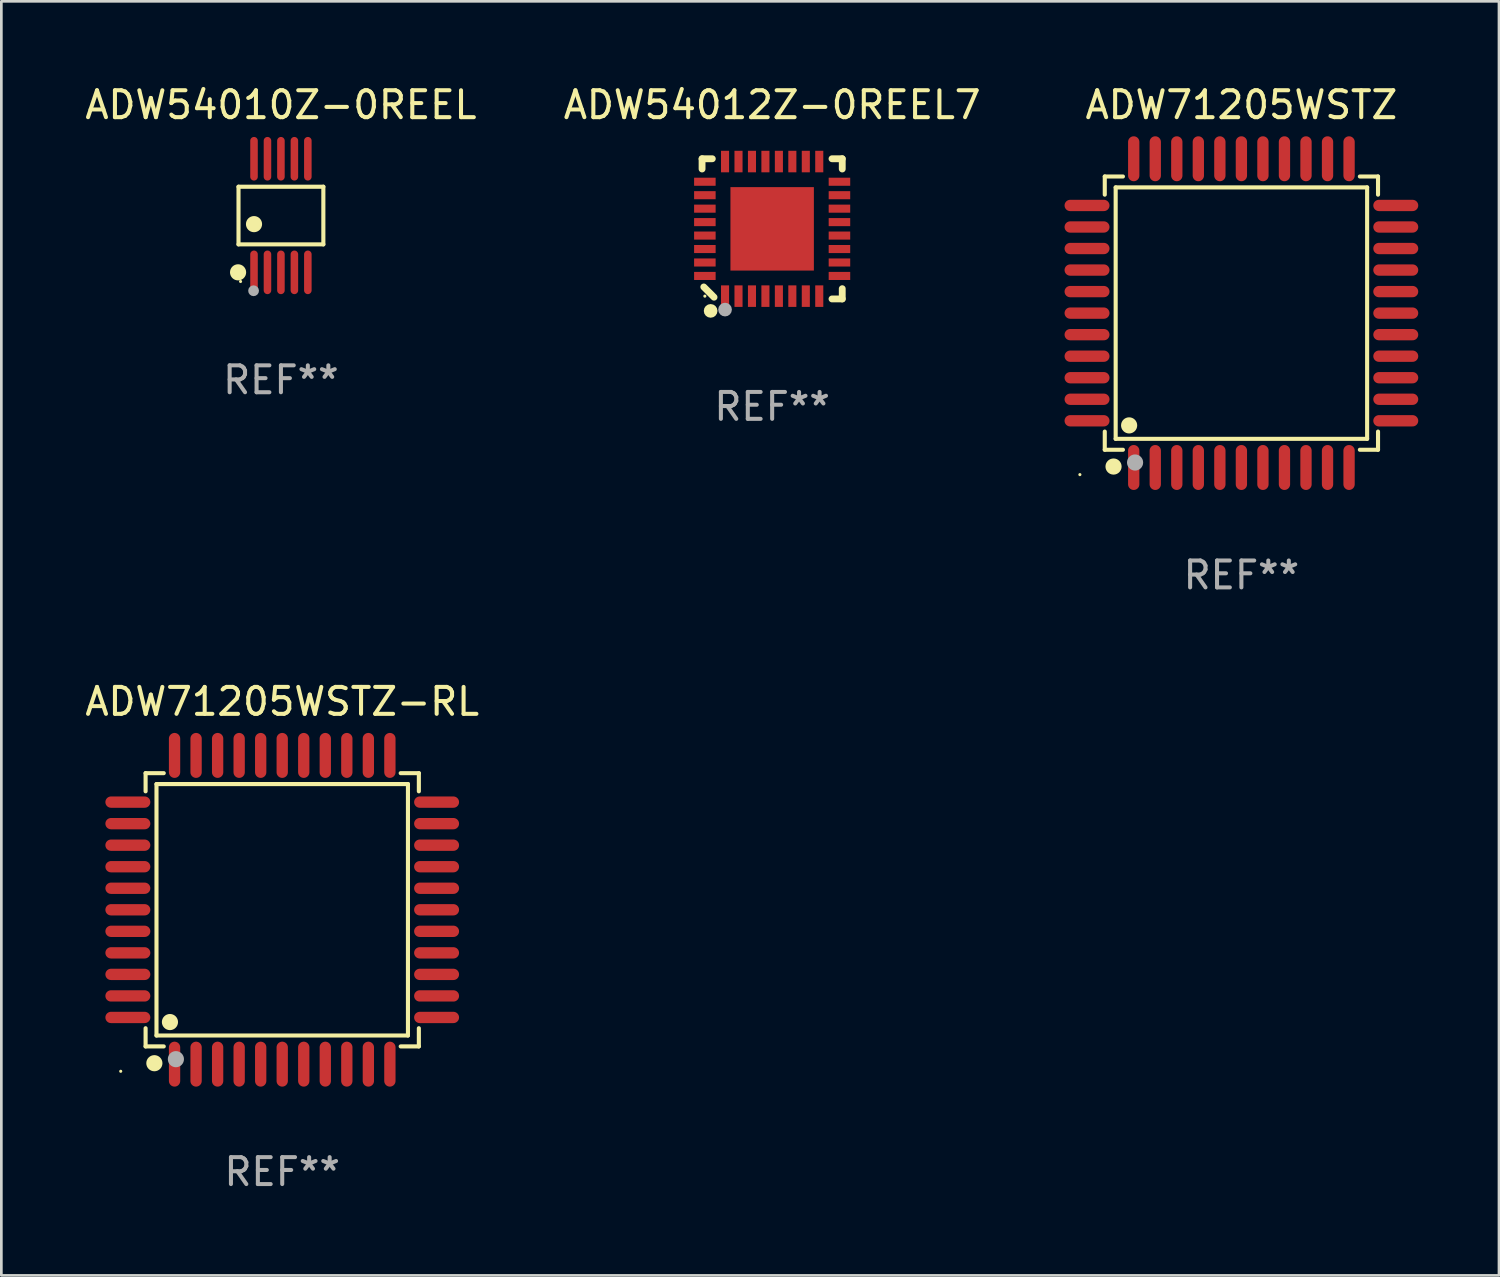
<source format=kicad_pcb>
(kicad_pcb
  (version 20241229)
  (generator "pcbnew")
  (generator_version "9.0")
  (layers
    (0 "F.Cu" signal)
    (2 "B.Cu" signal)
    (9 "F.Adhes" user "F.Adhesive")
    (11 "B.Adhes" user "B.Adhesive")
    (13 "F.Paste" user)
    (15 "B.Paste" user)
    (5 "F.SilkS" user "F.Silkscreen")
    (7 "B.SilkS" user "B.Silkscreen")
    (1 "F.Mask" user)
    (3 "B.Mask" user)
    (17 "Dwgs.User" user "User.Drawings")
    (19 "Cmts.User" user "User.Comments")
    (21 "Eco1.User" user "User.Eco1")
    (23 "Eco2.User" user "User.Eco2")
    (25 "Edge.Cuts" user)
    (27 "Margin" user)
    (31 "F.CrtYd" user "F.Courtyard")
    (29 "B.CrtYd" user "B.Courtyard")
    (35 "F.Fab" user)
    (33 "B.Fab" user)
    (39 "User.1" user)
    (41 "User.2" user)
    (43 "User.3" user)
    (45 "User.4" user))
  (footprint "ADW71205WSTZ-RL"
    (layer "F.Cu")
    (at 7.435 30.75)
    (property "Reference" "ADW71205WSTZ-RL" (at 0 -7.735 0) (layer "F.SilkS") (effects (font (size 1 1) (thickness 0.15))))
    (attr through_hole)
    (fp_line (start -5.076 -5.076) (end -4.401 -5.076) (stroke (width 0.152) (type solid)) (layer "F.SilkS"))
    (fp_line (start -5.076 -4.401) (end -5.076 -5.076) (stroke (width 0.152) (type solid)) (layer "F.SilkS"))
    (fp_line (start -5.076 4.401) (end -5.076 5.076) (stroke (width 0.152) (type solid)) (layer "F.SilkS"))
    (fp_line (start -5.076 5.076) (end -4.401 5.076) (stroke (width 0.152) (type solid)) (layer "F.SilkS"))
    (fp_line (start -4.671 -4.671) (end 4.671 -4.671) (stroke (width 0.152) (type solid)) (layer "F.SilkS"))
    (fp_line (start -4.671 4.671) (end -4.671 -4.671) (stroke (width 0.152) (type solid)) (layer "F.SilkS"))
    (fp_line (start 4.671 -4.671) (end 4.671 4.671) (stroke (width 0.152) (type solid)) (layer "F.SilkS"))
    (fp_line (start 4.671 4.671) (end -4.671 4.671) (stroke (width 0.152) (type solid)) (layer "F.SilkS"))
    (fp_line (start 5.076 -5.076) (end 4.401 -5.076) (stroke (width 0.152) (type solid)) (layer "F.SilkS"))
    (fp_line (start 5.076 -4.401) (end 5.076 -5.076) (stroke (width 0.152) (type solid)) (layer "F.SilkS"))
    (fp_line (start 5.076 4.401) (end 5.076 5.076) (stroke (width 0.152) (type solid)) (layer "F.SilkS"))
    (fp_line (start 5.076 5.076) (end 4.401 5.076) (stroke (width 0.152) (type solid)) (layer "F.SilkS"))
    (fp_circle (center -6 6) (end -5.97 6) (stroke (width 0.06) (type solid)) (fill no) (layer "F.SilkS"))
    (fp_circle (center -4.75 5.7) (end -4.6 5.7) (stroke (width 0.3) (type solid)) (fill no) (layer "F.SilkS"))
    (fp_circle (center -4.171 4.171) (end -4.021 4.171) (stroke (width 0.3) (type solid)) (fill no) (layer "F.SilkS"))
    (fp_circle (center -3.95 5.55) (end -3.8 5.55) (stroke (width 0.3) (type solid)) (fill no) (layer "F.Fab"))
    (fp_text user "REF**" (at 0 9.735 0) (layer "F.Fab") (effects (font (size 1 1) (thickness 0.15))))
    (pad "1" smd oval (at -4 5.735) (size 0.42 1.67) (layers "F.Cu" "F.Mask" "F.Paste"))
    (pad "2" smd oval (at -3.2 5.735) (size 0.42 1.67) (layers "F.Cu" "F.Mask" "F.Paste"))
    (pad "3" smd oval (at -2.4 5.735) (size 0.42 1.67) (layers "F.Cu" "F.Mask" "F.Paste"))
    (pad "4" smd oval (at -1.6 5.735) (size 0.42 1.67) (layers "F.Cu" "F.Mask" "F.Paste"))
    (pad "5" smd oval (at -0.8 5.735) (size 0.42 1.67) (layers "F.Cu" "F.Mask" "F.Paste"))
    (pad "6" smd oval (at 0 5.735) (size 0.42 1.67) (layers "F.Cu" "F.Mask" "F.Paste"))
    (pad "7" smd oval (at 0.8 5.735) (size 0.42 1.67) (layers "F.Cu" "F.Mask" "F.Paste"))
    (pad "8" smd oval (at 1.6 5.735) (size 0.42 1.67) (layers "F.Cu" "F.Mask" "F.Paste"))
    (pad "9" smd oval (at 2.4 5.735) (size 0.42 1.67) (layers "F.Cu" "F.Mask" "F.Paste"))
    (pad "10" smd oval (at 3.2 5.735) (size 0.42 1.67) (layers "F.Cu" "F.Mask" "F.Paste"))
    (pad "11" smd oval (at 4 5.735) (size 0.42 1.67) (layers "F.Cu" "F.Mask" "F.Paste"))
    (pad "12" smd oval (at 5.735 4) (size 1.67 0.42) (layers "F.Cu" "F.Mask" "F.Paste"))
    (pad "13" smd oval (at 5.735 3.2) (size 1.67 0.42) (layers "F.Cu" "F.Mask" "F.Paste"))
    (pad "14" smd oval (at 5.735 2.4) (size 1.67 0.42) (layers "F.Cu" "F.Mask" "F.Paste"))
    (pad "15" smd oval (at 5.735 1.6) (size 1.67 0.42) (layers "F.Cu" "F.Mask" "F.Paste"))
    (pad "16" smd oval (at 5.735 0.8) (size 1.67 0.42) (layers "F.Cu" "F.Mask" "F.Paste"))
    (pad "17" smd oval (at 5.735 0) (size 1.67 0.42) (layers "F.Cu" "F.Mask" "F.Paste"))
    (pad "18" smd oval (at 5.735 -0.8) (size 1.67 0.42) (layers "F.Cu" "F.Mask" "F.Paste"))
    (pad "19" smd oval (at 5.735 -1.6) (size 1.67 0.42) (layers "F.Cu" "F.Mask" "F.Paste"))
    (pad "20" smd oval (at 5.735 -2.4) (size 1.67 0.42) (layers "F.Cu" "F.Mask" "F.Paste"))
    (pad "21" smd oval (at 5.735 -3.2) (size 1.67 0.42) (layers "F.Cu" "F.Mask" "F.Paste"))
    (pad "22" smd oval (at 5.735 -4) (size 1.67 0.42) (layers "F.Cu" "F.Mask" "F.Paste"))
    (pad "23" smd oval (at 4 -5.735) (size 0.42 1.67) (layers "F.Cu" "F.Mask" "F.Paste"))
    (pad "24" smd oval (at 3.2 -5.735) (size 0.42 1.67) (layers "F.Cu" "F.Mask" "F.Paste"))
    (pad "25" smd oval (at 2.4 -5.735) (size 0.42 1.67) (layers "F.Cu" "F.Mask" "F.Paste"))
    (pad "26" smd oval (at 1.6 -5.735) (size 0.42 1.67) (layers "F.Cu" "F.Mask" "F.Paste"))
    (pad "27" smd oval (at 0.8 -5.735) (size 0.42 1.67) (layers "F.Cu" "F.Mask" "F.Paste"))
    (pad "28" smd oval (at 0 -5.735) (size 0.42 1.67) (layers "F.Cu" "F.Mask" "F.Paste"))
    (pad "29" smd oval (at -0.8 -5.735) (size 0.42 1.67) (layers "F.Cu" "F.Mask" "F.Paste"))
    (pad "30" smd oval (at -1.6 -5.735) (size 0.42 1.67) (layers "F.Cu" "F.Mask" "F.Paste"))
    (pad "31" smd oval (at -2.4 -5.735) (size 0.42 1.67) (layers "F.Cu" "F.Mask" "F.Paste"))
    (pad "32" smd oval (at -3.2 -5.735) (size 0.42 1.67) (layers "F.Cu" "F.Mask" "F.Paste"))
    (pad "33" smd oval (at -4 -5.735) (size 0.42 1.67) (layers "F.Cu" "F.Mask" "F.Paste"))
    (pad "34" smd oval (at -5.735 -4) (size 1.67 0.42) (layers "F.Cu" "F.Mask" "F.Paste"))
    (pad "35" smd oval (at -5.735 -3.2) (size 1.67 0.42) (layers "F.Cu" "F.Mask" "F.Paste"))
    (pad "36" smd oval (at -5.735 -2.4) (size 1.67 0.42) (layers "F.Cu" "F.Mask" "F.Paste"))
    (pad "37" smd oval (at -5.735 -1.6) (size 1.67 0.42) (layers "F.Cu" "F.Mask" "F.Paste"))
    (pad "38" smd oval (at -5.735 -0.8) (size 1.67 0.42) (layers "F.Cu" "F.Mask" "F.Paste"))
    (pad "39" smd oval (at -5.735 0) (size 1.67 0.42) (layers "F.Cu" "F.Mask" "F.Paste"))
    (pad "40" smd oval (at -5.735 0.8) (size 1.67 0.42) (layers "F.Cu" "F.Mask" "F.Paste"))
    (pad "41" smd oval (at -5.735 1.6) (size 1.67 0.42) (layers "F.Cu" "F.Mask" "F.Paste"))
    (pad "42" smd oval (at -5.735 2.4) (size 1.67 0.42) (layers "F.Cu" "F.Mask" "F.Paste"))
    (pad "43" smd oval (at -5.735 3.2) (size 1.67 0.42) (layers "F.Cu" "F.Mask" "F.Paste"))
    (pad "44" smd oval (at -5.735 4) (size 1.67 0.42) (layers "F.Cu" "F.Mask" "F.Paste")))
  (footprint "ADW54010Z-0REEL"
    (layer "F.Cu")
    (at 7.387 4.958)
    (property "Reference" "ADW54010Z-0REEL" (at 0 -4.11 0) (layer "F.SilkS") (effects (font (size 1 1) (thickness 0.15))))
    (attr through_hole)
    (fp_line (start -1.576 -1.071) (end 1.576 -1.071) (stroke (width 0.152) (type solid)) (layer "F.SilkS"))
    (fp_line (start -1.576 1.071) (end -1.576 -1.071) (stroke (width 0.152) (type solid)) (layer "F.SilkS"))
    (fp_line (start 1.576 -1.071) (end 1.576 1.071) (stroke (width 0.152) (type solid)) (layer "F.SilkS"))
    (fp_line (start 1.576 1.071) (end -1.576 1.071) (stroke (width 0.152) (type solid)) (layer "F.SilkS"))
    (fp_circle (center -1.592 2.11) (end -1.442 2.11) (stroke (width 0.3) (type solid)) (fill no) (layer "F.SilkS"))
    (fp_circle (center -1.5 2.45) (end -1.47 2.45) (stroke (width 0.06) (type solid)) (fill no) (layer "F.SilkS"))
    (fp_circle (center -1 0.319) (end -0.85 0.319) (stroke (width 0.3) (type solid)) (fill no) (layer "F.SilkS"))
    (fp_circle (center -1.016 2.794) (end -0.916 2.794) (stroke (width 0.2) (type solid)) (fill no) (layer "F.Fab"))
    (fp_text user "REF**" (at 0 6.11 0) (layer "F.Fab") (effects (font (size 1 1) (thickness 0.15))))
    (pad "1" smd oval (at -1 2.11) (size 0.28 1.62) (layers "F.Cu" "F.Mask" "F.Paste"))
    (pad "2" smd oval (at -0.5 2.11) (size 0.28 1.62) (layers "F.Cu" "F.Mask" "F.Paste"))
    (pad "3" smd oval (at 0 2.11) (size 0.28 1.62) (layers "F.Cu" "F.Mask" "F.Paste"))
    (pad "4" smd oval (at 0.5 2.11) (size 0.28 1.62) (layers "F.Cu" "F.Mask" "F.Paste"))
    (pad "5" smd oval (at 1 2.11) (size 0.28 1.62) (layers "F.Cu" "F.Mask" "F.Paste"))
    (pad "6" smd oval (at 1 -2.11) (size 0.28 1.62) (layers "F.Cu" "F.Mask" "F.Paste"))
    (pad "7" smd oval (at 0.5 -2.11) (size 0.28 1.62) (layers "F.Cu" "F.Mask" "F.Paste"))
    (pad "8" smd oval (at 0 -2.11) (size 0.28 1.62) (layers "F.Cu" "F.Mask" "F.Paste"))
    (pad "9" smd oval (at -0.5 -2.11) (size 0.28 1.62) (layers "F.Cu" "F.Mask" "F.Paste"))
    (pad "10" smd oval (at -1 -2.11) (size 0.28 1.62) (layers "F.Cu" "F.Mask" "F.Paste")))
  (footprint "ADW54012Z-0REEL7"
    (layer "F.Cu")
    (at 25.637 5.452)
    (property "Reference" "ADW54012Z-0REEL7" (at 0 -4.604 0) (layer "F.SilkS") (effects (font (size 1 1) (thickness 0.15))))
    (attr through_hole)
    (fp_line (start -2.604 -2.604) (end -2.604 -2.223) (stroke (width 0.254) (type solid)) (layer "F.SilkS"))
    (fp_line (start -2.54 2.159) (end -2.159 2.54) (stroke (width 0.254) (type solid)) (layer "F.SilkS"))
    (fp_line (start -2.223 -2.604) (end -2.604 -2.604) (stroke (width 0.254) (type solid)) (layer "F.SilkS"))
    (fp_line (start 2.223 2.604) (end 2.604 2.604) (stroke (width 0.254) (type solid)) (layer "F.SilkS"))
    (fp_line (start 2.604 -2.604) (end 2.223 -2.604) (stroke (width 0.254) (type solid)) (layer "F.SilkS"))
    (fp_line (start 2.604 -2.223) (end 2.604 -2.604) (stroke (width 0.254) (type solid)) (layer "F.SilkS"))
    (fp_line (start 2.604 2.604) (end 2.604 2.223) (stroke (width 0.254) (type solid)) (layer "F.SilkS"))
    (fp_circle (center -2.5 2.5) (end -2.47 2.5) (stroke (width 0.06) (type solid)) (fill no) (layer "F.SilkS"))
    (fp_circle (center -2.286 3.048) (end -2.159 3.048) (stroke (width 0.254) (type solid)) (fill no) (layer "F.SilkS"))
    (fp_circle (center -1.75 3) (end -1.623 3) (stroke (width 0.254) (type solid)) (fill no) (layer "F.Fab"))
    (fp_text user "REF**" (at 0 6.604 0) (layer "F.Fab") (effects (font (size 1 1) (thickness 0.15))))
    (pad "1" smd rect (at -1.75 2.5) (size 0.3 0.8) (layers "F.Cu" "F.Mask" "F.Paste"))
    (pad "2" smd rect (at -1.25 2.5) (size 0.3 0.8) (layers "F.Cu" "F.Mask" "F.Paste"))
    (pad "3" smd rect (at -0.75 2.5) (size 0.3 0.8) (layers "F.Cu" "F.Mask" "F.Paste"))
    (pad "4" smd rect (at -0.25 2.5) (size 0.3 0.8) (layers "F.Cu" "F.Mask" "F.Paste"))
    (pad "5" smd rect (at 0.25 2.5) (size 0.3 0.8) (layers "F.Cu" "F.Mask" "F.Paste"))
    (pad "6" smd rect (at 0.75 2.5) (size 0.3 0.8) (layers "F.Cu" "F.Mask" "F.Paste"))
    (pad "7" smd rect (at 1.25 2.5) (size 0.3 0.8) (layers "F.Cu" "F.Mask" "F.Paste"))
    (pad "8" smd rect (at 1.75 2.5) (size 0.3 0.8) (layers "F.Cu" "F.Mask" "F.Paste"))
    (pad "9" smd rect (at 2.5 1.75) (size 0.8 0.3) (layers "F.Cu" "F.Mask" "F.Paste"))
    (pad "10" smd rect (at 2.5 1.25) (size 0.8 0.3) (layers "F.Cu" "F.Mask" "F.Paste"))
    (pad "11" smd rect (at 2.5 0.75) (size 0.8 0.3) (layers "F.Cu" "F.Mask" "F.Paste"))
    (pad "12" smd rect (at 2.5 0.25) (size 0.8 0.3) (layers "F.Cu" "F.Mask" "F.Paste"))
    (pad "13" smd rect (at 2.5 -0.25) (size 0.8 0.3) (layers "F.Cu" "F.Mask" "F.Paste"))
    (pad "14" smd rect (at 2.5 -0.75) (size 0.8 0.3) (layers "F.Cu" "F.Mask" "F.Paste"))
    (pad "15" smd rect (at 2.5 -1.25) (size 0.8 0.3) (layers "F.Cu" "F.Mask" "F.Paste"))
    (pad "16" smd rect (at 2.5 -1.75) (size 0.8 0.3) (layers "F.Cu" "F.Mask" "F.Paste"))
    (pad "17" smd rect (at 1.75 -2.5) (size 0.3 0.8) (layers "F.Cu" "F.Mask" "F.Paste"))
    (pad "18" smd rect (at 1.25 -2.5) (size 0.3 0.8) (layers "F.Cu" "F.Mask" "F.Paste"))
    (pad "19" smd rect (at 0.75 -2.5) (size 0.3 0.8) (layers "F.Cu" "F.Mask" "F.Paste"))
    (pad "20" smd rect (at 0.25 -2.5) (size 0.3 0.8) (layers "F.Cu" "F.Mask" "F.Paste"))
    (pad "21" smd rect (at -0.25 -2.5) (size 0.3 0.8) (layers "F.Cu" "F.Mask" "F.Paste"))
    (pad "22" smd rect (at -0.75 -2.5) (size 0.3 0.8) (layers "F.Cu" "F.Mask" "F.Paste"))
    (pad "23" smd rect (at -1.25 -2.5) (size 0.3 0.8) (layers "F.Cu" "F.Mask" "F.Paste"))
    (pad "24" smd rect (at -1.75 -2.5) (size 0.3 0.8) (layers "F.Cu" "F.Mask" "F.Paste"))
    (pad "25" smd rect (at -2.5 -1.75) (size 0.8 0.3) (layers "F.Cu" "F.Mask" "F.Paste"))
    (pad "26" smd rect (at -2.5 -1.25) (size 0.8 0.3) (layers "F.Cu" "F.Mask" "F.Paste"))
    (pad "27" smd rect (at -2.5 -0.75) (size 0.8 0.3) (layers "F.Cu" "F.Mask" "F.Paste"))
    (pad "28" smd rect (at -2.5 -0.25) (size 0.8 0.3) (layers "F.Cu" "F.Mask" "F.Paste"))
    (pad "29" smd rect (at -2.5 0.25) (size 0.8 0.3) (layers "F.Cu" "F.Mask" "F.Paste"))
    (pad "30" smd rect (at -2.5 0.75) (size 0.8 0.3) (layers "F.Cu" "F.Mask" "F.Paste"))
    (pad "31" smd rect (at -2.5 1.25) (size 0.8 0.3) (layers "F.Cu" "F.Mask" "F.Paste"))
    (pad "32" smd rect (at -2.5 1.75) (size 0.8 0.3) (layers "F.Cu" "F.Mask" "F.Paste"))
    (pad "33" smd rect (at 0 -0.000025) (size 3.1 3.1) (layers "F.Cu" "F.Mask" "F.Paste")))
  (footprint "ADW71205WSTZ"
    (layer "F.Cu")
    (at 43.07 8.583)
    (property "Reference" "ADW71205WSTZ" (at 0 -7.735 0) (layer "F.SilkS") (effects (font (size 1 1) (thickness 0.15))))
    (attr through_hole)
    (fp_line (start -5.076 -5.076) (end -4.401 -5.076) (stroke (width 0.152) (type solid)) (layer "F.SilkS"))
    (fp_line (start -5.076 -4.401) (end -5.076 -5.076) (stroke (width 0.152) (type solid)) (layer "F.SilkS"))
    (fp_line (start -5.076 4.401) (end -5.076 5.076) (stroke (width 0.152) (type solid)) (layer "F.SilkS"))
    (fp_line (start -5.076 5.076) (end -4.401 5.076) (stroke (width 0.152) (type solid)) (layer "F.SilkS"))
    (fp_line (start -4.671 -4.671) (end 4.671 -4.671) (stroke (width 0.152) (type solid)) (layer "F.SilkS"))
    (fp_line (start -4.671 4.671) (end -4.671 -4.671) (stroke (width 0.152) (type solid)) (layer "F.SilkS"))
    (fp_line (start 4.671 -4.671) (end 4.671 4.671) (stroke (width 0.152) (type solid)) (layer "F.SilkS"))
    (fp_line (start 4.671 4.671) (end -4.671 4.671) (stroke (width 0.152) (type solid)) (layer "F.SilkS"))
    (fp_line (start 5.076 -5.076) (end 4.401 -5.076) (stroke (width 0.152) (type solid)) (layer "F.SilkS"))
    (fp_line (start 5.076 -4.401) (end 5.076 -5.076) (stroke (width 0.152) (type solid)) (layer "F.SilkS"))
    (fp_line (start 5.076 4.401) (end 5.076 5.076) (stroke (width 0.152) (type solid)) (layer "F.SilkS"))
    (fp_line (start 5.076 5.076) (end 4.401 5.076) (stroke (width 0.152) (type solid)) (layer "F.SilkS"))
    (fp_circle (center -6 6) (end -5.97 6) (stroke (width 0.06) (type solid)) (fill no) (layer "F.SilkS"))
    (fp_circle (center -4.75 5.7) (end -4.6 5.7) (stroke (width 0.3) (type solid)) (fill no) (layer "F.SilkS"))
    (fp_circle (center -4.171 4.171) (end -4.021 4.171) (stroke (width 0.3) (type solid)) (fill no) (layer "F.SilkS"))
    (fp_circle (center -3.95 5.55) (end -3.8 5.55) (stroke (width 0.3) (type solid)) (fill no) (layer "F.Fab"))
    (fp_text user "REF**" (at 0 9.735 0) (layer "F.Fab") (effects (font (size 1 1) (thickness 0.15))))
    (pad "1" smd oval (at -4 5.735) (size 0.42 1.67) (layers "F.Cu" "F.Mask" "F.Paste"))
    (pad "2" smd oval (at -3.2 5.735) (size 0.42 1.67) (layers "F.Cu" "F.Mask" "F.Paste"))
    (pad "3" smd oval (at -2.4 5.735) (size 0.42 1.67) (layers "F.Cu" "F.Mask" "F.Paste"))
    (pad "4" smd oval (at -1.6 5.735) (size 0.42 1.67) (layers "F.Cu" "F.Mask" "F.Paste"))
    (pad "5" smd oval (at -0.8 5.735) (size 0.42 1.67) (layers "F.Cu" "F.Mask" "F.Paste"))
    (pad "6" smd oval (at 0 5.735) (size 0.42 1.67) (layers "F.Cu" "F.Mask" "F.Paste"))
    (pad "7" smd oval (at 0.8 5.735) (size 0.42 1.67) (layers "F.Cu" "F.Mask" "F.Paste"))
    (pad "8" smd oval (at 1.6 5.735) (size 0.42 1.67) (layers "F.Cu" "F.Mask" "F.Paste"))
    (pad "9" smd oval (at 2.4 5.735) (size 0.42 1.67) (layers "F.Cu" "F.Mask" "F.Paste"))
    (pad "10" smd oval (at 3.2 5.735) (size 0.42 1.67) (layers "F.Cu" "F.Mask" "F.Paste"))
    (pad "11" smd oval (at 4 5.735) (size 0.42 1.67) (layers "F.Cu" "F.Mask" "F.Paste"))
    (pad "12" smd oval (at 5.735 4) (size 1.67 0.42) (layers "F.Cu" "F.Mask" "F.Paste"))
    (pad "13" smd oval (at 5.735 3.2) (size 1.67 0.42) (layers "F.Cu" "F.Mask" "F.Paste"))
    (pad "14" smd oval (at 5.735 2.4) (size 1.67 0.42) (layers "F.Cu" "F.Mask" "F.Paste"))
    (pad "15" smd oval (at 5.735 1.6) (size 1.67 0.42) (layers "F.Cu" "F.Mask" "F.Paste"))
    (pad "16" smd oval (at 5.735 0.8) (size 1.67 0.42) (layers "F.Cu" "F.Mask" "F.Paste"))
    (pad "17" smd oval (at 5.735 0) (size 1.67 0.42) (layers "F.Cu" "F.Mask" "F.Paste"))
    (pad "18" smd oval (at 5.735 -0.8) (size 1.67 0.42) (layers "F.Cu" "F.Mask" "F.Paste"))
    (pad "19" smd oval (at 5.735 -1.6) (size 1.67 0.42) (layers "F.Cu" "F.Mask" "F.Paste"))
    (pad "20" smd oval (at 5.735 -2.4) (size 1.67 0.42) (layers "F.Cu" "F.Mask" "F.Paste"))
    (pad "21" smd oval (at 5.735 -3.2) (size 1.67 0.42) (layers "F.Cu" "F.Mask" "F.Paste"))
    (pad "22" smd oval (at 5.735 -4) (size 1.67 0.42) (layers "F.Cu" "F.Mask" "F.Paste"))
    (pad "23" smd oval (at 4 -5.735) (size 0.42 1.67) (layers "F.Cu" "F.Mask" "F.Paste"))
    (pad "24" smd oval (at 3.2 -5.735) (size 0.42 1.67) (layers "F.Cu" "F.Mask" "F.Paste"))
    (pad "25" smd oval (at 2.4 -5.735) (size 0.42 1.67) (layers "F.Cu" "F.Mask" "F.Paste"))
    (pad "26" smd oval (at 1.6 -5.735) (size 0.42 1.67) (layers "F.Cu" "F.Mask" "F.Paste"))
    (pad "27" smd oval (at 0.8 -5.735) (size 0.42 1.67) (layers "F.Cu" "F.Mask" "F.Paste"))
    (pad "28" smd oval (at 0 -5.735) (size 0.42 1.67) (layers "F.Cu" "F.Mask" "F.Paste"))
    (pad "29" smd oval (at -0.8 -5.735) (size 0.42 1.67) (layers "F.Cu" "F.Mask" "F.Paste"))
    (pad "30" smd oval (at -1.6 -5.735) (size 0.42 1.67) (layers "F.Cu" "F.Mask" "F.Paste"))
    (pad "31" smd oval (at -2.4 -5.735) (size 0.42 1.67) (layers "F.Cu" "F.Mask" "F.Paste"))
    (pad "32" smd oval (at -3.2 -5.735) (size 0.42 1.67) (layers "F.Cu" "F.Mask" "F.Paste"))
    (pad "33" smd oval (at -4 -5.735) (size 0.42 1.67) (layers "F.Cu" "F.Mask" "F.Paste"))
    (pad "34" smd oval (at -5.735 -4) (size 1.67 0.42) (layers "F.Cu" "F.Mask" "F.Paste"))
    (pad "35" smd oval (at -5.735 -3.2) (size 1.67 0.42) (layers "F.Cu" "F.Mask" "F.Paste"))
    (pad "36" smd oval (at -5.735 -2.4) (size 1.67 0.42) (layers "F.Cu" "F.Mask" "F.Paste"))
    (pad "37" smd oval (at -5.735 -1.6) (size 1.67 0.42) (layers "F.Cu" "F.Mask" "F.Paste"))
    (pad "38" smd oval (at -5.735 -0.8) (size 1.67 0.42) (layers "F.Cu" "F.Mask" "F.Paste"))
    (pad "39" smd oval (at -5.735 0) (size 1.67 0.42) (layers "F.Cu" "F.Mask" "F.Paste"))
    (pad "40" smd oval (at -5.735 0.8) (size 1.67 0.42) (layers "F.Cu" "F.Mask" "F.Paste"))
    (pad "41" smd oval (at -5.735 1.6) (size 1.67 0.42) (layers "F.Cu" "F.Mask" "F.Paste"))
    (pad "42" smd oval (at -5.735 2.4) (size 1.67 0.42) (layers "F.Cu" "F.Mask" "F.Paste"))
    (pad "43" smd oval (at -5.735 3.2) (size 1.67 0.42) (layers "F.Cu" "F.Mask" "F.Paste"))
    (pad "44" smd oval (at -5.735 4) (size 1.67 0.42) (layers "F.Cu" "F.Mask" "F.Paste")))
  (gr_rect
    (start -3 -3)
    (end 52.64 44.333)
    (stroke (width 0.1) (type default))
    (fill no)
    (layer "Edge.Cuts")))
</source>
